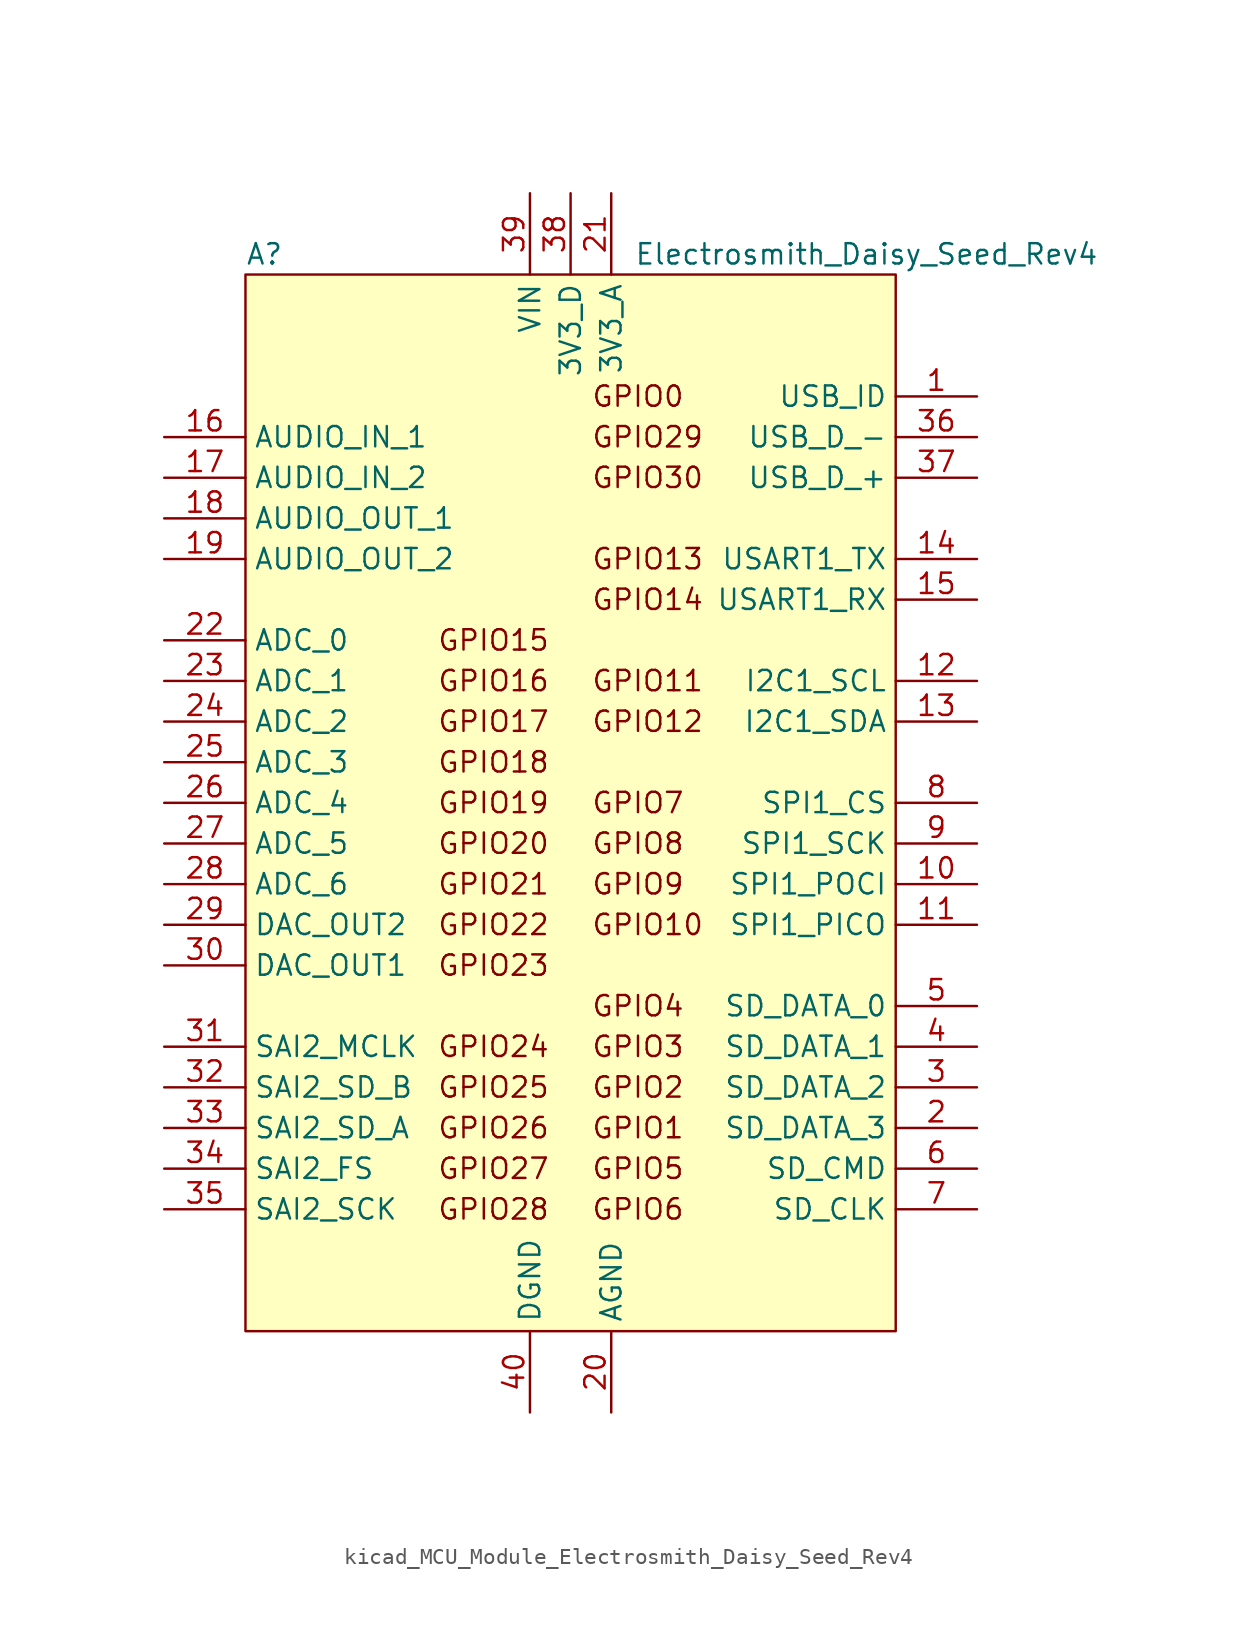
<source format=kicad_sym>
(kicad_symbol_lib
  (version 20220914)
  (generator kicad_symbol_editor)
  (symbol "kicad_MCU_Module_Electrosmith_Daisy_Seed_Rev4"
    (property "Reference" "A"
      (at -20.32 34.29 0)
      (effects (font (size 1.27 1.27)) (justify left)))
    (property "Value" "Electrosmith_Daisy_Seed_Rev4"
      (at 33.02 34.29 0)
      (effects (font (size 1.27 1.27)) (justify right)))
    (symbol "kicad_MCU_Module_Electrosmith_Daisy_Seed_Rev4_0_0"
      (text "GPIO0" (at 1.27 25.4 0) (effects (font (size 1.27 1.27)) (justify left)))
      (text "GPIO1" (at 1.27 -20.32 0) (effects (font (size 1.27 1.27)) (justify left)))
      (text "GPIO10" (at 1.27 -7.62 0) (effects (font (size 1.27 1.27)) (justify left)))
      (text "GPIO11" (at 1.27 7.62 0) (effects (font (size 1.27 1.27)) (justify left)))
      (text "GPIO12" (at 1.27 5.08 0) (effects (font (size 1.27 1.27)) (justify left)))
      (text "GPIO13" (at 1.27 15.24 0) (effects (font (size 1.27 1.27)) (justify left)))
      (text "GPIO14" (at 1.27 12.7 0) (effects (font (size 1.27 1.27)) (justify left)))
      (text "GPIO15" (at -1.27 10.16 0) (effects (font (size 1.27 1.27)) (justify right)))
      (text "GPIO16" (at -1.27 7.62 0) (effects (font (size 1.27 1.27)) (justify right)))
      (text "GPIO17" (at -1.27 5.08 0) (effects (font (size 1.27 1.27)) (justify right)))
      (text "GPIO18" (at -1.27 2.54 0) (effects (font (size 1.27 1.27)) (justify right)))
      (text "GPIO19" (at -1.27 0 0) (effects (font (size 1.27 1.27)) (justify right)))
      (text "GPIO2" (at 1.27 -17.78 0) (effects (font (size 1.27 1.27)) (justify left)))
      (text "GPIO20" (at -1.27 -2.54 0) (effects (font (size 1.27 1.27)) (justify right)))
      (text "GPIO21" (at -1.27 -5.08 0) (effects (font (size 1.27 1.27)) (justify right)))
      (text "GPIO22" (at -1.27 -7.62 0) (effects (font (size 1.27 1.27)) (justify right)))
      (text "GPIO23" (at -1.27 -10.16 0) (effects (font (size 1.27 1.27)) (justify right)))
      (text "GPIO24" (at -1.27 -15.24 0) (effects (font (size 1.27 1.27)) (justify right)))
      (text "GPIO25" (at -1.27 -17.78 0) (effects (font (size 1.27 1.27)) (justify right)))
      (text "GPIO26" (at -1.27 -20.32 0) (effects (font (size 1.27 1.27)) (justify right)))
      (text "GPIO27" (at -1.27 -22.86 0) (effects (font (size 1.27 1.27)) (justify right)))
      (text "GPIO28" (at -1.27 -25.4 0) (effects (font (size 1.27 1.27)) (justify right)))
      (text "GPIO29" (at 1.27 22.86 0) (effects (font (size 1.27 1.27)) (justify left)))
      (text "GPIO3" (at 1.27 -15.24 0) (effects (font (size 1.27 1.27)) (justify left)))
      (text "GPIO30" (at 1.27 20.32 0) (effects (font (size 1.27 1.27)) (justify left)))
      (text "GPIO4" (at 1.27 -12.7 0) (effects (font (size 1.27 1.27)) (justify left)))
      (text "GPIO5" (at 1.27 -22.86 0) (effects (font (size 1.27 1.27)) (justify left)))
      (text "GPIO6" (at 1.27 -25.4 0) (effects (font (size 1.27 1.27)) (justify left)))
      (text "GPIO7" (at 1.27 0 0) (effects (font (size 1.27 1.27)) (justify left)))
      (text "GPIO8" (at 1.27 -2.54 0) (effects (font (size 1.27 1.27)) (justify left)))
      (text "GPIO9" (at 1.27 -5.08 0) (effects (font (size 1.27 1.27)) (justify left)))
      (pin bidirectional line (at 25.4 25.4 180) (length 5.08) (name "USB_ID" (effects (font (size 1.27 1.27)))) (number "1" (effects (font (size 1.27 1.27)))))
      (pin bidirectional line (at 25.4 -5.08 180) (length 5.08) (name "SPI1_POCI" (effects (font (size 1.27 1.27)))) (number "10" (effects (font (size 1.27 1.27)))))
      (pin bidirectional line (at 25.4 -7.62 180) (length 5.08) (name "SPI1_PICO" (effects (font (size 1.27 1.27)))) (number "11" (effects (font (size 1.27 1.27)))))
      (pin bidirectional line (at 25.4 7.62 180) (length 5.08) (name "I2C1_SCL" (effects (font (size 1.27 1.27)))) (number "12" (effects (font (size 1.27 1.27)))))
      (pin bidirectional line (at 25.4 5.08 180) (length 5.08) (name "I2C1_SDA" (effects (font (size 1.27 1.27)))) (number "13" (effects (font (size 1.27 1.27)))))
      (pin bidirectional line (at 25.4 15.24 180) (length 5.08) (name "USART1_TX" (effects (font (size 1.27 1.27)))) (number "14" (effects (font (size 1.27 1.27)))))
      (pin bidirectional line (at 25.4 12.7 180) (length 5.08) (name "USART1_RX" (effects (font (size 1.27 1.27)))) (number "15" (effects (font (size 1.27 1.27)))))
      (pin input line (at -25.4 22.86 0) (length 5.08) (name "AUDIO_IN_1" (effects (font (size 1.27 1.27)))) (number "16" (effects (font (size 1.27 1.27)))))
      (pin input line (at -25.4 20.32 0) (length 5.08) (name "AUDIO_IN_2" (effects (font (size 1.27 1.27)))) (number "17" (effects (font (size 1.27 1.27)))))
      (pin output line (at -25.4 17.78 0) (length 5.08) (name "AUDIO_OUT_1" (effects (font (size 1.27 1.27)))) (number "18" (effects (font (size 1.27 1.27)))))
      (pin output line (at -25.4 15.24 0) (length 5.08) (name "AUDIO_OUT_2" (effects (font (size 1.27 1.27)))) (number "19" (effects (font (size 1.27 1.27)))))
      (pin bidirectional line (at 25.4 -20.32 180) (length 5.08) (name "SD_DATA_3" (effects (font (size 1.27 1.27)))) (number "2" (effects (font (size 1.27 1.27)))))
      (pin power_in line (at 2.54 -38.1 90) (length 5.08) (name "AGND" (effects (font (size 1.27 1.27)))) (number "20" (effects (font (size 1.27 1.27)))))
      (pin power_out line (at 2.54 38.1 270) (length 5.08) (name "3V3_A" (effects (font (size 1.27 1.27)))) (number "21" (effects (font (size 1.27 1.27)))))
      (pin bidirectional line (at -25.4 10.16 0) (length 5.08) (name "ADC_0" (effects (font (size 1.27 1.27)))) (number "22" (effects (font (size 1.27 1.27)))))
      (pin bidirectional line (at -25.4 7.62 0) (length 5.08) (name "ADC_1" (effects (font (size 1.27 1.27)))) (number "23" (effects (font (size 1.27 1.27)))))
      (pin bidirectional line (at -25.4 5.08 0) (length 5.08) (name "ADC_2" (effects (font (size 1.27 1.27)))) (number "24" (effects (font (size 1.27 1.27)))))
      (pin bidirectional line (at -25.4 2.54 0) (length 5.08) (name "ADC_3" (effects (font (size 1.27 1.27)))) (number "25" (effects (font (size 1.27 1.27)))))
      (pin bidirectional line (at -25.4 0 0) (length 5.08) (name "ADC_4" (effects (font (size 1.27 1.27)))) (number "26" (effects (font (size 1.27 1.27)))))
      (pin bidirectional line (at -25.4 -2.54 0) (length 5.08) (name "ADC_5" (effects (font (size 1.27 1.27)))) (number "27" (effects (font (size 1.27 1.27)))))
      (pin bidirectional line (at -25.4 -5.08 0) (length 5.08) (name "ADC_6" (effects (font (size 1.27 1.27)))) (number "28" (effects (font (size 1.27 1.27)))))
      (pin bidirectional line (at -25.4 -7.62 0) (length 5.08) (name "DAC_OUT2" (effects (font (size 1.27 1.27)))) (number "29" (effects (font (size 1.27 1.27)))))
      (pin bidirectional line (at 25.4 -17.78 180) (length 5.08) (name "SD_DATA_2" (effects (font (size 1.27 1.27)))) (number "3" (effects (font (size 1.27 1.27)))))
      (pin bidirectional line (at -25.4 -10.16 0) (length 5.08) (name "DAC_OUT1" (effects (font (size 1.27 1.27)))) (number "30" (effects (font (size 1.27 1.27)))))
      (pin bidirectional line (at -25.4 -15.24 0) (length 5.08) (name "SAI2_MCLK" (effects (font (size 1.27 1.27)))) (number "31" (effects (font (size 1.27 1.27)))))
      (pin bidirectional line (at -25.4 -17.78 0) (length 5.08) (name "SAI2_SD_B" (effects (font (size 1.27 1.27)))) (number "32" (effects (font (size 1.27 1.27)))))
      (pin bidirectional line (at -25.4 -20.32 0) (length 5.08) (name "SAI2_SD_A" (effects (font (size 1.27 1.27)))) (number "33" (effects (font (size 1.27 1.27)))))
      (pin bidirectional line (at -25.4 -22.86 0) (length 5.08) (name "SAI2_FS" (effects (font (size 1.27 1.27)))) (number "34" (effects (font (size 1.27 1.27)))))
      (pin bidirectional line (at -25.4 -25.4 0) (length 5.08) (name "SAI2_SCK" (effects (font (size 1.27 1.27)))) (number "35" (effects (font (size 1.27 1.27)))))
      (pin bidirectional line (at 25.4 22.86 180) (length 5.08) (name "USB_D_-" (effects (font (size 1.27 1.27)))) (number "36" (effects (font (size 1.27 1.27)))))
      (pin bidirectional line (at 25.4 20.32 180) (length 5.08) (name "USB_D_+" (effects (font (size 1.27 1.27)))) (number "37" (effects (font (size 1.27 1.27)))))
      (pin power_out line (at 0 38.1 270) (length 5.08) (name "3V3_D" (effects (font (size 1.27 1.27)))) (number "38" (effects (font (size 1.27 1.27)))))
      (pin power_in line (at -2.54 38.1 270) (length 5.08) (name "VIN" (effects (font (size 1.27 1.27)))) (number "39" (effects (font (size 1.27 1.27)))))
      (pin bidirectional line (at 25.4 -15.24 180) (length 5.08) (name "SD_DATA_1" (effects (font (size 1.27 1.27)))) (number "4" (effects (font (size 1.27 1.27)))))
      (pin power_in line (at -2.54 -38.1 90) (length 5.08) (name "DGND" (effects (font (size 1.27 1.27)))) (number "40" (effects (font (size 1.27 1.27)))))
      (pin bidirectional line (at 25.4 -12.7 180) (length 5.08) (name "SD_DATA_0" (effects (font (size 1.27 1.27)))) (number "5" (effects (font (size 1.27 1.27)))))
      (pin bidirectional line (at 25.4 -22.86 180) (length 5.08) (name "SD_CMD" (effects (font (size 1.27 1.27)))) (number "6" (effects (font (size 1.27 1.27)))))
      (pin bidirectional line (at 25.4 -25.4 180) (length 5.08) (name "SD_CLK" (effects (font (size 1.27 1.27)))) (number "7" (effects (font (size 1.27 1.27)))))
      (pin bidirectional line (at 25.4 0 180) (length 5.08) (name "SPI1_CS" (effects (font (size 1.27 1.27)))) (number "8" (effects (font (size 1.27 1.27)))))
      (pin bidirectional line (at 25.4 -2.54 180) (length 5.08) (name "SPI1_SCK" (effects (font (size 1.27 1.27)))) (number "9" (effects (font (size 1.27 1.27))))))
    (symbol "kicad_MCU_Module_Electrosmith_Daisy_Seed_Rev4_0_1"
      (rectangle (start -20.32 33.02) (end 20.32 -33.02) (stroke (width 0) (type default)) (fill (type background))))))
</source>
